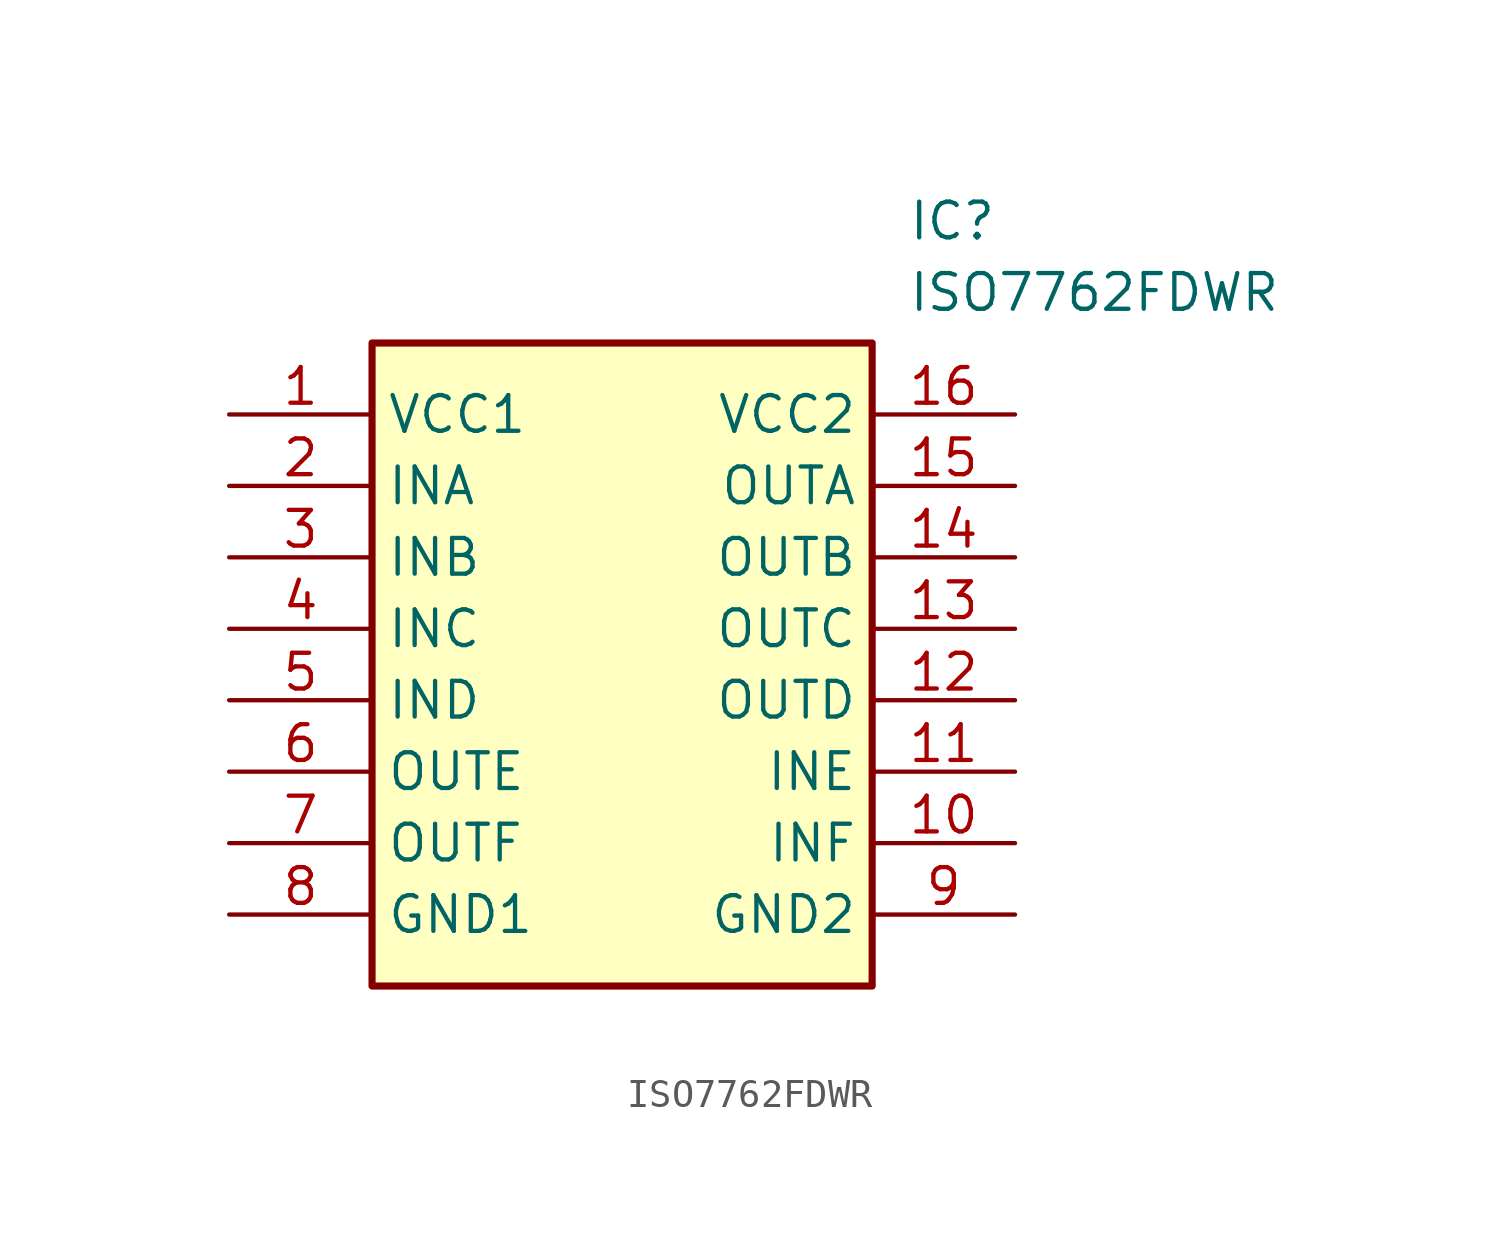
<source format=kicad_sym>
(kicad_symbol_lib
  (version 20211014)
  (generator SamacSys_ECAD_Model)
  (symbol "ISO7762FDWR"
    (property "Reference" "IC"
      (at 24.13 7.62 0)
      (effects (font (size 1.27 1.27)) (justify left top)))
    (property "Value" "ISO7762FDWR"
      (at 24.13 5.08 0)
      (effects (font (size 1.27 1.27)) (justify left top)))
    (rectangle
      (start 5.08 2.54)
      (end 22.86 -20.32)
      (stroke (width 0.254) (type default))
      (fill (type background)))
    (pin passive line
      (at 0 0 0)
      (length 5.08)
      (name "VCC1" (effects (font (size 1.27 1.27))))
      (number "1" (effects (font (size 1.27 1.27)))))
    (pin passive line
      (at 0 -2.54 0)
      (length 5.08)
      (name "INA" (effects (font (size 1.27 1.27))))
      (number "2" (effects (font (size 1.27 1.27)))))
    (pin passive line
      (at 0 -5.08 0)
      (length 5.08)
      (name "INB" (effects (font (size 1.27 1.27))))
      (number "3" (effects (font (size 1.27 1.27)))))
    (pin passive line
      (at 0 -7.62 0)
      (length 5.08)
      (name "INC" (effects (font (size 1.27 1.27))))
      (number "4" (effects (font (size 1.27 1.27)))))
    (pin passive line
      (at 0 -10.16 0)
      (length 5.08)
      (name "IND" (effects (font (size 1.27 1.27))))
      (number "5" (effects (font (size 1.27 1.27)))))
    (pin passive line
      (at 0 -12.7 0)
      (length 5.08)
      (name "OUTE" (effects (font (size 1.27 1.27))))
      (number "6" (effects (font (size 1.27 1.27)))))
    (pin passive line
      (at 0 -15.24 0)
      (length 5.08)
      (name "OUTF" (effects (font (size 1.27 1.27))))
      (number "7" (effects (font (size 1.27 1.27)))))
    (pin passive line
      (at 0 -17.78 0)
      (length 5.08)
      (name "GND1" (effects (font (size 1.27 1.27))))
      (number "8" (effects (font (size 1.27 1.27)))))
    (pin passive line
      (at 27.94 0 180)
      (length 5.08)
      (name "VCC2" (effects (font (size 1.27 1.27))))
      (number "16" (effects (font (size 1.27 1.27)))))
    (pin passive line
      (at 27.94 -2.54 180)
      (length 5.08)
      (name "OUTA" (effects (font (size 1.27 1.27))))
      (number "15" (effects (font (size 1.27 1.27)))))
    (pin passive line
      (at 27.94 -5.08 180)
      (length 5.08)
      (name "OUTB" (effects (font (size 1.27 1.27))))
      (number "14" (effects (font (size 1.27 1.27)))))
    (pin passive line
      (at 27.94 -7.62 180)
      (length 5.08)
      (name "OUTC" (effects (font (size 1.27 1.27))))
      (number "13" (effects (font (size 1.27 1.27)))))
    (pin passive line
      (at 27.94 -10.16 180)
      (length 5.08)
      (name "OUTD" (effects (font (size 1.27 1.27))))
      (number "12" (effects (font (size 1.27 1.27)))))
    (pin passive line
      (at 27.94 -12.7 180)
      (length 5.08)
      (name "INE" (effects (font (size 1.27 1.27))))
      (number "11" (effects (font (size 1.27 1.27)))))
    (pin passive line
      (at 27.94 -15.24 180)
      (length 5.08)
      (name "INF" (effects (font (size 1.27 1.27))))
      (number "10" (effects (font (size 1.27 1.27)))))
    (pin passive line
      (at 27.94 -17.78 180)
      (length 5.08)
      (name "GND2" (effects (font (size 1.27 1.27))))
      (number "9" (effects (font (size 1.27 1.27)))))))
</source>
